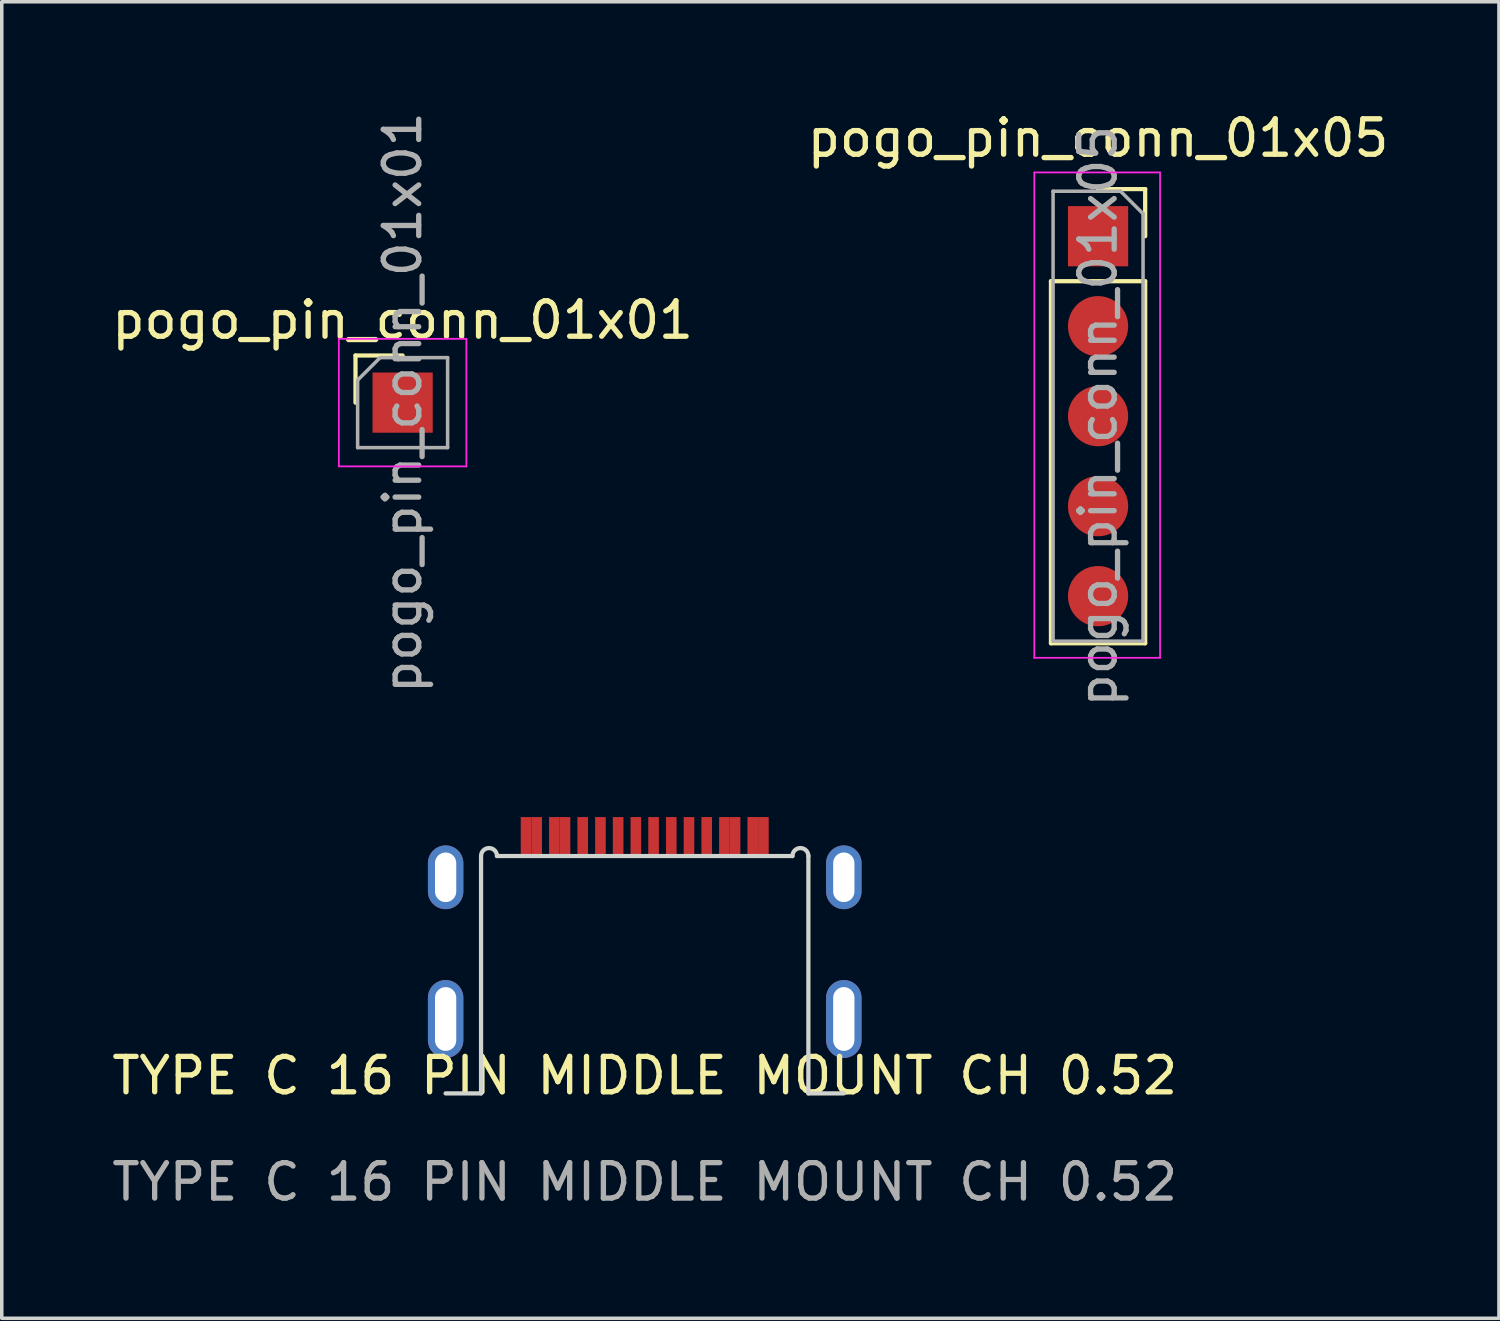
<source format=kicad_pcb>
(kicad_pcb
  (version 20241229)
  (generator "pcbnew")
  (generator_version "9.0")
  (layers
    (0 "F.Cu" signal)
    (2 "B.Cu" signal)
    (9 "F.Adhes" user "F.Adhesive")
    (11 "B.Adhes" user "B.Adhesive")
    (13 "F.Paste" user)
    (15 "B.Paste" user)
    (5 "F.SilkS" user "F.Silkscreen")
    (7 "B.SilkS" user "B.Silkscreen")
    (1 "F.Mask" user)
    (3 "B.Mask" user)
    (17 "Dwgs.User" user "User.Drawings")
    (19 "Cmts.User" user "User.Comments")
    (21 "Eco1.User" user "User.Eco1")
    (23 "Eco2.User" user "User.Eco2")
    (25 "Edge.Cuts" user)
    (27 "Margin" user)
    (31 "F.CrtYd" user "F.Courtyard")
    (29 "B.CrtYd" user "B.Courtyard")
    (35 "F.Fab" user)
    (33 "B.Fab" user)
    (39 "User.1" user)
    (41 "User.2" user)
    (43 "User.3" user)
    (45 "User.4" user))
  (footprint "pogo_pin_conn_01x05"
    (layer "F.Cu")
    (at 27.946 3.618)
    (property "Reference" "pogo_pin_conn_01x05" (at 0 -2.77 0) (layer "F.SilkS") (effects (font (size 1 1) (thickness 0.15))))
    (attr through_hole)
    (fp_line (start -1.33 1.27) (end -1.33 11.49) (stroke (width 0.12) (type solid)) (layer "F.SilkS"))
    (fp_line (start -1.33 1.27) (end 1.33 1.27) (stroke (width 0.12) (type solid)) (layer "F.SilkS"))
    (fp_line (start -1.33 11.49) (end 1.33 11.49) (stroke (width 0.12) (type solid)) (layer "F.SilkS"))
    (fp_line (start 0 -1.33) (end 1.33 -1.33) (stroke (width 0.12) (type solid)) (layer "F.SilkS"))
    (fp_line (start 1.33 -1.33) (end 1.33 0) (stroke (width 0.12) (type solid)) (layer "F.SilkS"))
    (fp_line (start 1.33 1.27) (end 1.33 11.49) (stroke (width 0.12) (type solid)) (layer "F.SilkS"))
    (fp_line (start -1.8 -1.8) (end 1.75 -1.8) (stroke (width 0.05) (type solid)) (layer "F.CrtYd"))
    (fp_line (start -1.8 11.9) (end -1.8 -1.8) (stroke (width 0.05) (type solid)) (layer "F.CrtYd"))
    (fp_line (start 1.75 -1.8) (end 1.75 11.9) (stroke (width 0.05) (type solid)) (layer "F.CrtYd"))
    (fp_line (start 1.75 11.9) (end -1.8 11.9) (stroke (width 0.05) (type solid)) (layer "F.CrtYd"))
    (fp_line (start -1.27 -1.27) (end 0.635 -1.27) (stroke (width 0.1) (type solid)) (layer "F.Fab"))
    (fp_line (start -1.27 11.43) (end -1.27 -1.27) (stroke (width 0.1) (type solid)) (layer "F.Fab"))
    (fp_line (start 0.635 -1.27) (end 1.27 -0.635) (stroke (width 0.1) (type solid)) (layer "F.Fab"))
    (fp_line (start 1.27 -0.635) (end 1.27 11.43) (stroke (width 0.1) (type solid)) (layer "F.Fab"))
    (fp_line (start 1.27 11.43) (end -1.27 11.43) (stroke (width 0.1) (type solid)) (layer "F.Fab"))
    (fp_text user "${REFERENCE}" (at 0 5.08 90) (layer "F.Fab") (effects (font (size 1 1) (thickness 0.15))))
    (pad "1" smd rect (at 0 0) (size 1.7 1.7) (layers "F.Cu" "F.Mask" "F.Paste"))
    (pad "2" smd oval (at 0 2.54) (size 1.7 1.7) (layers "F.Cu" "F.Mask" "F.Paste"))
    (pad "3" smd oval (at 0 5.08) (size 1.7 1.7) (layers "F.Cu" "F.Mask" "F.Paste"))
    (pad "4" smd oval (at 0 7.62) (size 1.7 1.7) (layers "F.Cu" "F.Mask" "F.Paste"))
    (pad "5" smd oval (at 0 10.16) (size 1.7 1.7) (layers "F.Cu" "F.Mask" "F.Paste")))
  (footprint "pogo_pin_conn_01x01"
    (layer "F.Cu")
    (at 8.315 8.315)
    (property "Reference" "pogo_pin_conn_01x01" (at 0 -2.33 0) (layer "F.SilkS") (effects (font (size 1 1) (thickness 0.15))))
    (attr through_hole)
    (fp_line (start -1.33 -1.33) (end 0 -1.33) (stroke (width 0.12) (type solid)) (layer "F.SilkS"))
    (fp_line (start -1.33 0) (end -1.33 -1.33) (stroke (width 0.12) (type solid)) (layer "F.SilkS"))
    (fp_line (start -1.8 -1.8) (end -1.8 1.8) (stroke (width 0.05) (type solid)) (layer "F.CrtYd"))
    (fp_line (start -1.8 1.8) (end 1.8 1.8) (stroke (width 0.05) (type solid)) (layer "F.CrtYd"))
    (fp_line (start 1.8 -1.8) (end -1.8 -1.8) (stroke (width 0.05) (type solid)) (layer "F.CrtYd"))
    (fp_line (start 1.8 1.8) (end 1.8 -1.8) (stroke (width 0.05) (type solid)) (layer "F.CrtYd"))
    (fp_line (start -1.27 -0.635) (end -0.635 -1.27) (stroke (width 0.1) (type solid)) (layer "F.Fab"))
    (fp_line (start -1.27 1.27) (end -1.27 -0.635) (stroke (width 0.1) (type solid)) (layer "F.Fab"))
    (fp_line (start -0.635 -1.27) (end 1.27 -1.27) (stroke (width 0.1) (type solid)) (layer "F.Fab"))
    (fp_line (start 1.27 -1.27) (end 1.27 1.27) (stroke (width 0.1) (type solid)) (layer "F.Fab"))
    (fp_line (start 1.27 1.27) (end -1.27 1.27) (stroke (width 0.1) (type solid)) (layer "F.Fab"))
    (fp_text user "${REFERENCE}" (at 0 0 90) (layer "F.Fab") (effects (font (size 1 1) (thickness 0.15))))
    (pad "1" smd rect (at 0 0) (size 1.7 1.7) (layers "F.Cu" "F.Mask")))
  (footprint "TYPE C 16 PIN MIDDLE MOUNT CH 0.52"
    (layer "F.Cu")
    (at 15.149 27.814)
    (property "Reference" "TYPE C 16 PIN MIDDLE MOUNT CH 0.52" (at 0 -0.5 0) (unlocked yes) (layer "F.SilkS") (effects (font (size 1 1) (thickness 0.15))))
    (attr smd)
    (fp_line (start -5.62 0) (end -4.62 0) (stroke (width 0.12) (type solid)) (layer "Edge.Cuts"))
    (fp_line (start -4.62 0) (end -4.62 -6.7) (stroke (width 0.12) (type solid)) (layer "Edge.Cuts"))
    (fp_line (start -4.17 -6.7) (end 4.17 -6.7) (stroke (width 0.12) (type solid)) (layer "Edge.Cuts"))
    (fp_line (start 4.62 0) (end 4.62 -6.7) (stroke (width 0.12) (type solid)) (layer "Edge.Cuts"))
    (fp_line (start 5.62 0) (end 4.62 0) (stroke (width 0.12) (type solid)) (layer "Edge.Cuts"))
    (fp_arc (start -4.62 -6.7) (mid -4.395 -6.925) (end -4.17 -6.7) (stroke (width 0.12) (type solid)) (layer "Edge.Cuts"))
    (fp_arc (start 4.17 -6.7) (mid 4.395 -6.925) (end 4.62 -6.7) (stroke (width 0.12) (type solid)) (layer "Edge.Cuts"))
    (fp_text user "${REFERENCE}" (at 0 2.5 0) (unlocked yes) (layer "F.Fab") (effects (font (size 1 1) (thickness 0.15))))
    (pad "A1" smd rect (at -3.35 -7.25) (size 0.3 1.1) (layers "F.Cu" "F.Mask" "F.Paste"))
    (pad "A4" smd rect (at -2.55 -7.25) (size 0.3 1.1) (layers "F.Cu" "F.Mask" "F.Paste"))
    (pad "A5" smd rect (at -1.25 -7.25) (size 0.3 1.1) (layers "F.Cu" "F.Mask" "F.Paste"))
    (pad "A6" smd rect (at -0.25 -7.25) (size 0.3 1.1) (layers "F.Cu" "F.Mask" "F.Paste"))
    (pad "A7" smd rect (at 0.25 -7.25) (size 0.3 1.1) (layers "F.Cu" "F.Mask" "F.Paste"))
    (pad "A8" smd rect (at 1.25 -7.25) (size 0.3 1.1) (layers "F.Cu" "F.Mask" "F.Paste"))
    (pad "A9" smd rect (at 2.55 -7.25) (size 0.3 1.1) (layers "F.Cu" "F.Mask" "F.Paste"))
    (pad "A12" smd rect (at 3.35 -7.25) (size 0.3 1.1) (layers "F.Cu" "F.Mask" "F.Paste"))
    (pad "B1" smd rect (at 3.05 -7.25) (size 0.3 1.1) (layers "F.Cu" "F.Mask" "F.Paste"))
    (pad "B4" smd rect (at 2.25 -7.25) (size 0.3 1.1) (layers "F.Cu" "F.Mask" "F.Paste"))
    (pad "B5" smd rect (at 1.75 -7.25) (size 0.3 1.1) (layers "F.Cu" "F.Mask" "F.Paste"))
    (pad "B6" smd rect (at 0.75 -7.25) (size 0.3 1.1) (layers "F.Cu" "F.Mask" "F.Paste"))
    (pad "B7" smd rect (at -0.75 -7.25) (size 0.3 1.1) (layers "F.Cu" "F.Mask" "F.Paste"))
    (pad "B8" smd rect (at -1.75 -7.25) (size 0.3 1.1) (layers "F.Cu" "F.Mask" "F.Paste"))
    (pad "B9" smd rect (at -2.25 -7.25) (size 0.3 1.1) (layers "F.Cu" "F.Mask" "F.Paste"))
    (pad "B12" smd rect (at -3.05 -7.25) (size 0.3 1.1) (layers "F.Cu" "F.Mask" "F.Paste"))
    (pad "S1" thru_hole oval (at -5.62 -6.1) (size 1 1.8) (drill oval 0.6 1.4) (layers "*.Cu" "*.Mask"))
    (pad "S1" thru_hole oval (at -5.62 -2.1) (size 1 2.2) (drill oval 0.6 1.8) (layers "*.Cu" "*.Mask"))
    (pad "S1" thru_hole oval (at 5.62 -6.1) (size 1 1.8) (drill oval 0.6 1.4) (layers "*.Cu" "*.Mask"))
    (pad "S1" thru_hole oval (at 5.62 -2.1) (size 1 2.2) (drill oval 0.6 1.8) (layers "*.Cu" "*.Mask")))
  (gr_rect
    (start -3 -3)
    (end 39.262 34.162)
    (stroke (width 0.1) (type default))
    (fill no)
    (layer "Edge.Cuts")))
</source>
